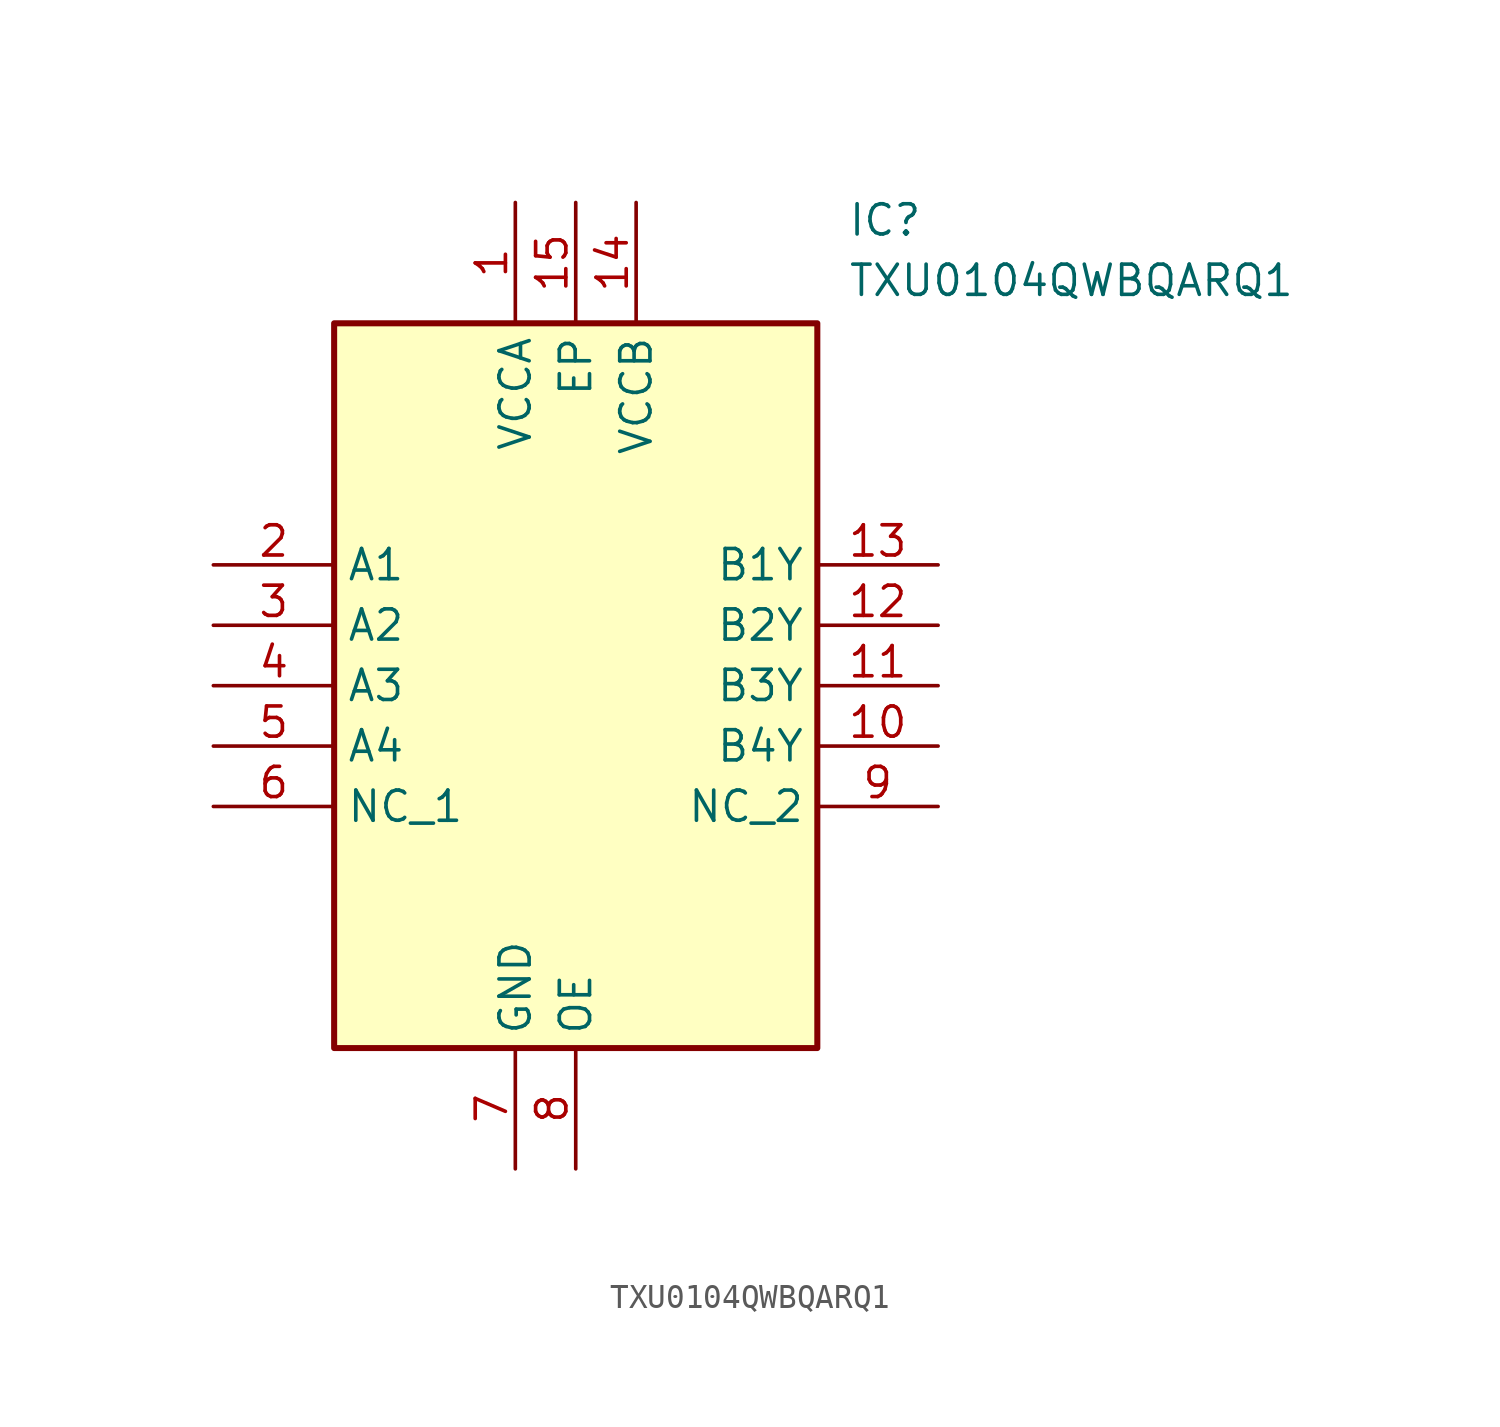
<source format=kicad_sym>
(kicad_symbol_lib
  (version 20211014)
  (generator SamacSys_ECAD_Model)
  (symbol "TXU0104QWBQARQ1"
    (property "Reference" "IC"
      (at 26.67 15.24 0)
      (effects (font (size 1.27 1.27)) (justify left top)))
    (property "Value" "TXU0104QWBQARQ1"
      (at 26.67 12.7 0)
      (effects (font (size 1.27 1.27)) (justify left top)))
    (rectangle
      (start 5.08 10.16)
      (end 25.4 -20.32)
      (stroke (width 0.254) (type default))
      (fill (type background)))
    (pin passive line
      (at 12.7 15.24 270)
      (length 5.08)
      (name "VCCA" (effects (font (size 1.27 1.27))))
      (number "1" (effects (font (size 1.27 1.27)))))
    (pin passive line
      (at 0 0 0)
      (length 5.08)
      (name "A1" (effects (font (size 1.27 1.27))))
      (number "2" (effects (font (size 1.27 1.27)))))
    (pin passive line
      (at 0 -2.54 0)
      (length 5.08)
      (name "A2" (effects (font (size 1.27 1.27))))
      (number "3" (effects (font (size 1.27 1.27)))))
    (pin passive line
      (at 0 -5.08 0)
      (length 5.08)
      (name "A3" (effects (font (size 1.27 1.27))))
      (number "4" (effects (font (size 1.27 1.27)))))
    (pin passive line
      (at 0 -7.62 0)
      (length 5.08)
      (name "A4" (effects (font (size 1.27 1.27))))
      (number "5" (effects (font (size 1.27 1.27)))))
    (pin passive line
      (at 0 -10.16 0)
      (length 5.08)
      (name "NC_1" (effects (font (size 1.27 1.27))))
      (number "6" (effects (font (size 1.27 1.27)))))
    (pin passive line
      (at 12.7 -25.4 90)
      (length 5.08)
      (name "GND" (effects (font (size 1.27 1.27))))
      (number "7" (effects (font (size 1.27 1.27)))))
    (pin passive line
      (at 15.24 -25.4 90)
      (length 5.08)
      (name "OE" (effects (font (size 1.27 1.27))))
      (number "8" (effects (font (size 1.27 1.27)))))
    (pin passive line
      (at 30.48 -10.16 180)
      (length 5.08)
      (name "NC_2" (effects (font (size 1.27 1.27))))
      (number "9" (effects (font (size 1.27 1.27)))))
    (pin passive line
      (at 30.48 -7.62 180)
      (length 5.08)
      (name "B4Y" (effects (font (size 1.27 1.27))))
      (number "10" (effects (font (size 1.27 1.27)))))
    (pin passive line
      (at 30.48 -5.08 180)
      (length 5.08)
      (name "B3Y" (effects (font (size 1.27 1.27))))
      (number "11" (effects (font (size 1.27 1.27)))))
    (pin passive line
      (at 30.48 -2.54 180)
      (length 5.08)
      (name "B2Y" (effects (font (size 1.27 1.27))))
      (number "12" (effects (font (size 1.27 1.27)))))
    (pin passive line
      (at 30.48 0 180)
      (length 5.08)
      (name "B1Y" (effects (font (size 1.27 1.27))))
      (number "13" (effects (font (size 1.27 1.27)))))
    (pin passive line
      (at 17.78 15.24 270)
      (length 5.08)
      (name "VCCB" (effects (font (size 1.27 1.27))))
      (number "14" (effects (font (size 1.27 1.27)))))
    (pin passive line
      (at 15.24 15.24 270)
      (length 5.08)
      (name "EP" (effects (font (size 1.27 1.27))))
      (number "15" (effects (font (size 1.27 1.27)))))))
</source>
